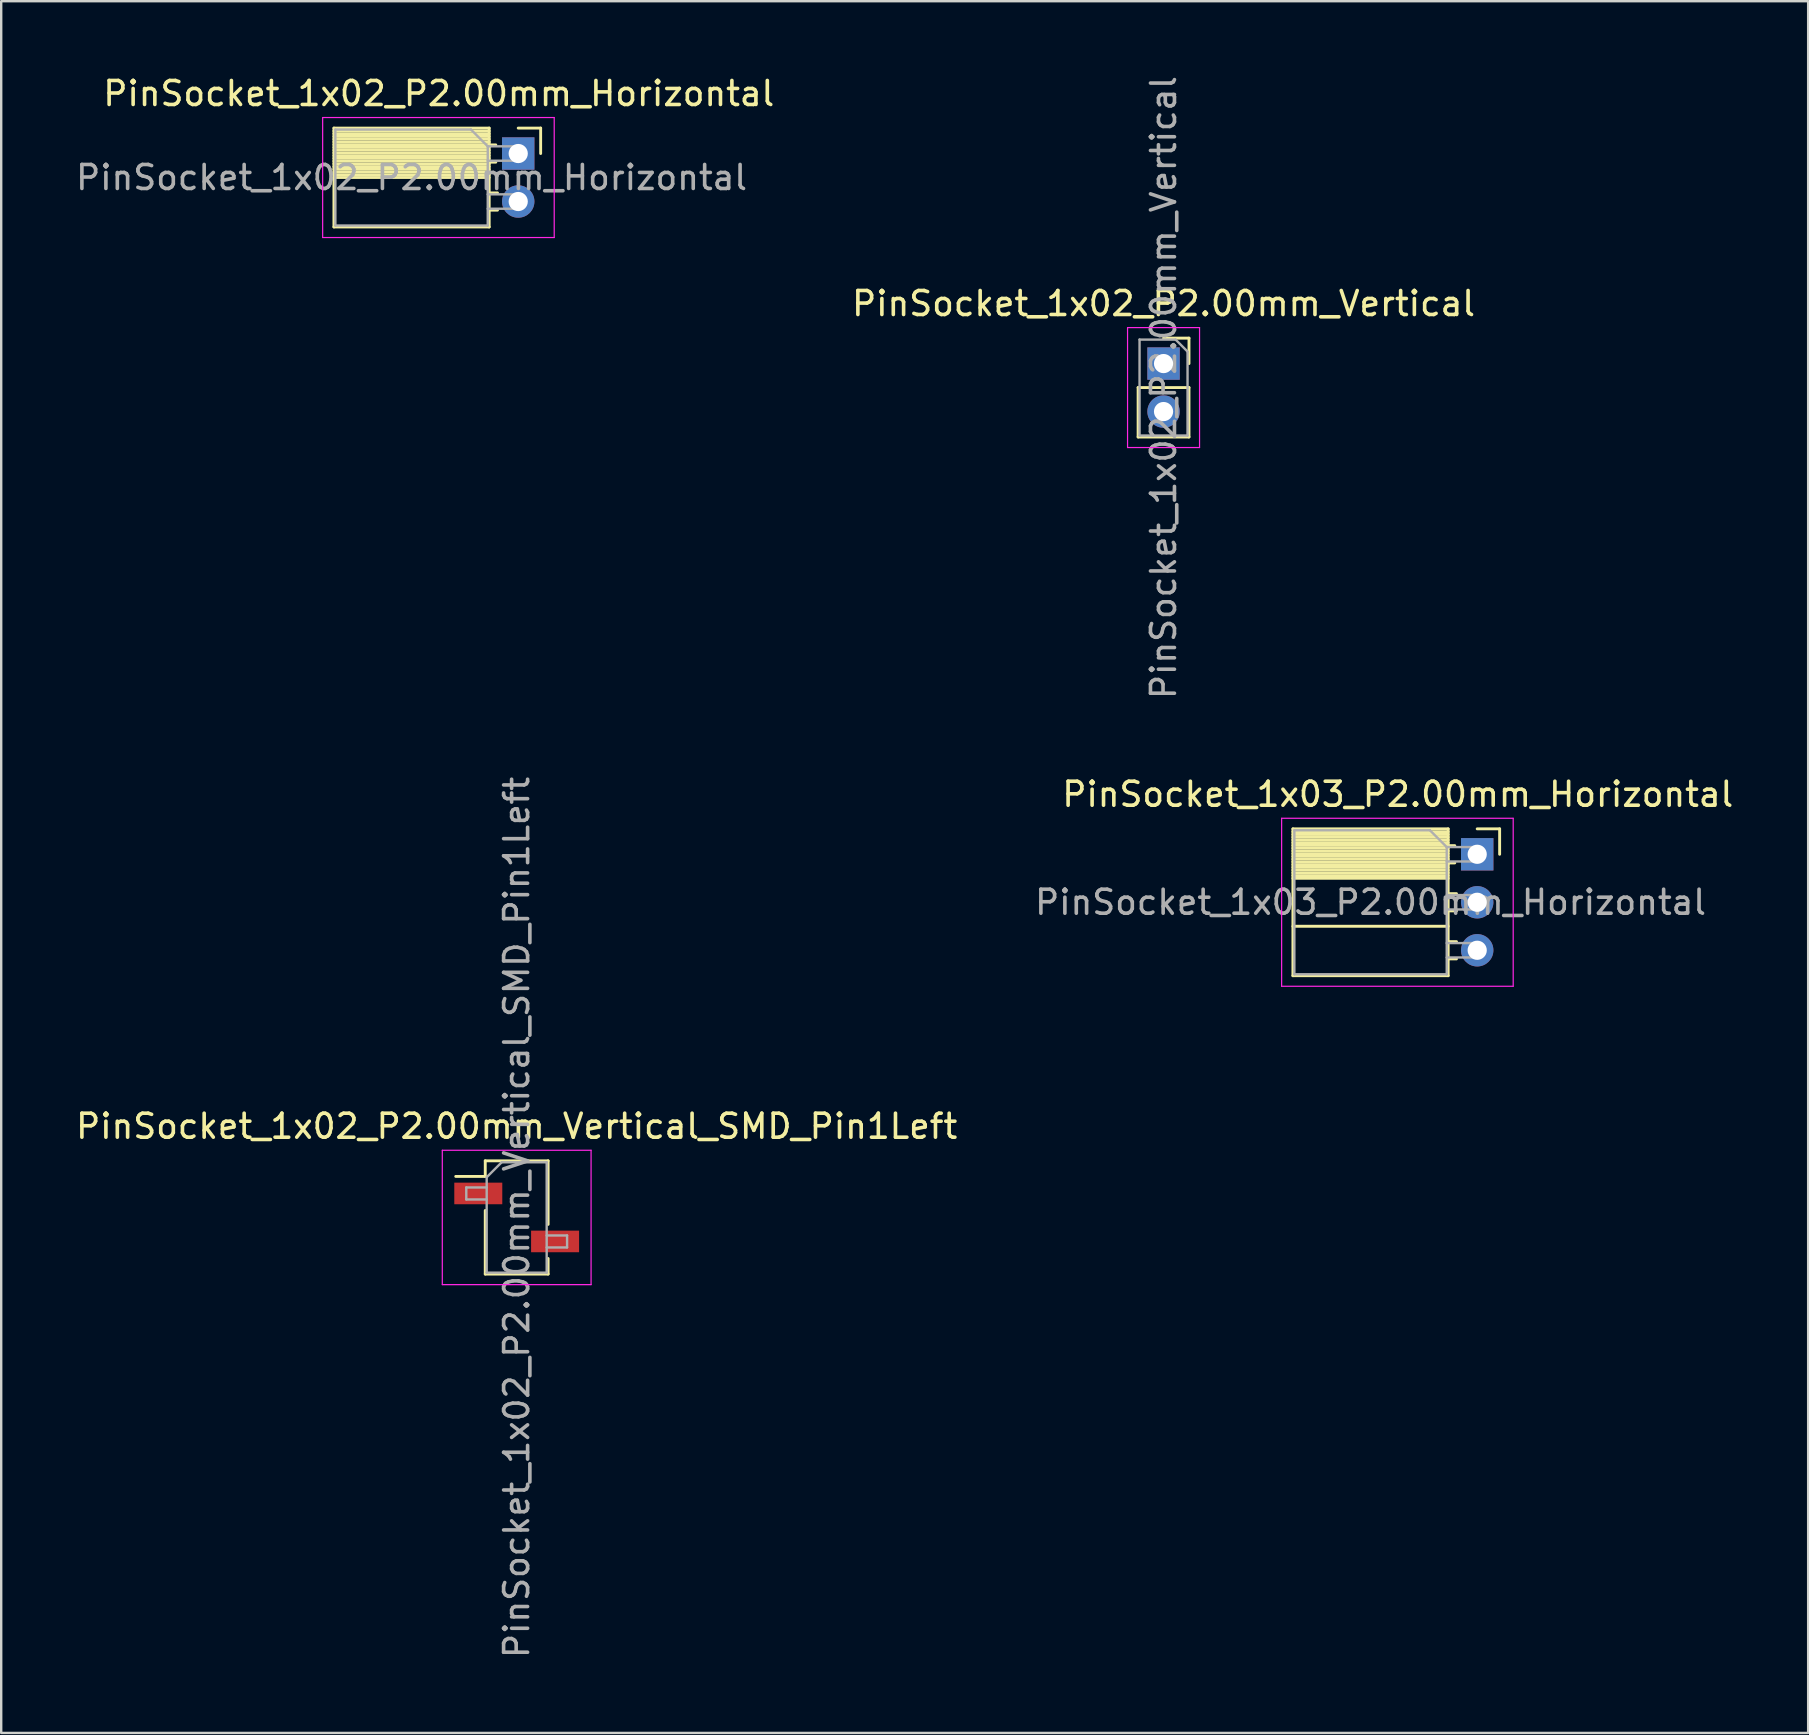
<source format=kicad_pcb>
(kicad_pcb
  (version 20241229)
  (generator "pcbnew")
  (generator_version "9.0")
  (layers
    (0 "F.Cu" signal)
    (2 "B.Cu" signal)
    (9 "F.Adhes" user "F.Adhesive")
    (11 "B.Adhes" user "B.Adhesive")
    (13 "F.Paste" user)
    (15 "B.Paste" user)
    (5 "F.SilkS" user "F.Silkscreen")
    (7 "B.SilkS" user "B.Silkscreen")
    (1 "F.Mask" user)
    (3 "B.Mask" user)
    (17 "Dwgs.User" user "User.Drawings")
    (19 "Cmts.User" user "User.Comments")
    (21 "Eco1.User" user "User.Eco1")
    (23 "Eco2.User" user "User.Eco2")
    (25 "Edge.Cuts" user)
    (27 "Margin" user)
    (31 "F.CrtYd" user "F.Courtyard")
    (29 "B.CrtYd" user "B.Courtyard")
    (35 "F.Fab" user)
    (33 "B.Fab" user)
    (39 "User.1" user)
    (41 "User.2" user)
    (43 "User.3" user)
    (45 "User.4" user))
  (footprint "PinSocket_1x03_P2.00mm_Horizontal"
    (layer "F.Cu")
    (at 58.51 32.551)
    (property "Reference" "PinSocket_1x03_P2.00mm_Horizontal" (at -3.31 -2.5 0) (layer "F.SilkS") (effects (font (size 1 1) (thickness 0.15))))
    (attr through_hole)
    (fp_line (start -7.68 -1.06) (end -7.68 5.06) (stroke (width 0.12) (type solid)) (layer "F.SilkS"))
    (fp_line (start -7.68 -1.06) (end -1.21 -1.06) (stroke (width 0.12) (type solid)) (layer "F.SilkS"))
    (fp_line (start -7.68 -0.94) (end -1.21 -0.94) (stroke (width 0.12) (type solid)) (layer "F.SilkS"))
    (fp_line (start -7.68 -0.826) (end -1.21 -0.826) (stroke (width 0.12) (type solid)) (layer "F.SilkS"))
    (fp_line (start -7.68 -0.712) (end -1.21 -0.712) (stroke (width 0.12) (type solid)) (layer "F.SilkS"))
    (fp_line (start -7.68 -0.598) (end -1.21 -0.598) (stroke (width 0.12) (type solid)) (layer "F.SilkS"))
    (fp_line (start -7.68 -0.484) (end -1.21 -0.484) (stroke (width 0.12) (type solid)) (layer "F.SilkS"))
    (fp_line (start -7.68 -0.369) (end -1.21 -0.369) (stroke (width 0.12) (type solid)) (layer "F.SilkS"))
    (fp_line (start -7.68 -0.255) (end -1.21 -0.255) (stroke (width 0.12) (type solid)) (layer "F.SilkS"))
    (fp_line (start -7.68 -0.141) (end -1.21 -0.141) (stroke (width 0.12) (type solid)) (layer "F.SilkS"))
    (fp_line (start -7.68 -0.027) (end -1.21 -0.027) (stroke (width 0.12) (type solid)) (layer "F.SilkS"))
    (fp_line (start -7.68 0.087) (end -1.21 0.087) (stroke (width 0.12) (type solid)) (layer "F.SilkS"))
    (fp_line (start -7.68 0.201) (end -1.21 0.201) (stroke (width 0.12) (type solid)) (layer "F.SilkS"))
    (fp_line (start -7.68 0.315) (end -1.21 0.315) (stroke (width 0.12) (type solid)) (layer "F.SilkS"))
    (fp_line (start -7.68 0.429) (end -1.21 0.429) (stroke (width 0.12) (type solid)) (layer "F.SilkS"))
    (fp_line (start -7.68 0.544) (end -1.21 0.544) (stroke (width 0.12) (type solid)) (layer "F.SilkS"))
    (fp_line (start -7.68 0.658) (end -1.21 0.658) (stroke (width 0.12) (type solid)) (layer "F.SilkS"))
    (fp_line (start -7.68 0.772) (end -1.21 0.772) (stroke (width 0.12) (type solid)) (layer "F.SilkS"))
    (fp_line (start -7.68 0.886) (end -1.21 0.886) (stroke (width 0.12) (type solid)) (layer "F.SilkS"))
    (fp_line (start -7.68 1) (end -1.21 1) (stroke (width 0.12) (type solid)) (layer "F.SilkS"))
    (fp_line (start -7.68 3) (end -1.21 3) (stroke (width 0.12) (type solid)) (layer "F.SilkS"))
    (fp_line (start -7.68 5.06) (end -1.21 5.06) (stroke (width 0.12) (type solid)) (layer "F.SilkS"))
    (fp_line (start -1.21 -1.06) (end -1.21 5.06) (stroke (width 0.12) (type solid)) (layer "F.SilkS"))
    (fp_line (start -1.21 -0.36) (end -0.935 -0.36) (stroke (width 0.12) (type solid)) (layer "F.SilkS"))
    (fp_line (start -1.21 0.36) (end -0.935 0.36) (stroke (width 0.12) (type solid)) (layer "F.SilkS"))
    (fp_line (start -1.21 1.64) (end -0.863 1.64) (stroke (width 0.12) (type solid)) (layer "F.SilkS"))
    (fp_line (start -1.21 2.36) (end -0.863 2.36) (stroke (width 0.12) (type solid)) (layer "F.SilkS"))
    (fp_line (start -1.21 3.64) (end -0.863 3.64) (stroke (width 0.12) (type solid)) (layer "F.SilkS"))
    (fp_line (start -1.21 4.36) (end -0.863 4.36) (stroke (width 0.12) (type solid)) (layer "F.SilkS"))
    (fp_line (start 0 -1.06) (end 0.935 -1.06) (stroke (width 0.12) (type solid)) (layer "F.SilkS"))
    (fp_line (start 0.935 -1.06) (end 0.935 0) (stroke (width 0.12) (type solid)) (layer "F.SilkS"))
    (fp_line (start -8.15 -1.5) (end -8.15 5.5) (stroke (width 0.05) (type solid)) (layer "F.CrtYd"))
    (fp_line (start -8.15 5.5) (end 1.5 5.5) (stroke (width 0.05) (type solid)) (layer "F.CrtYd"))
    (fp_line (start 1.5 -1.5) (end -8.15 -1.5) (stroke (width 0.05) (type solid)) (layer "F.CrtYd"))
    (fp_line (start 1.5 5.5) (end 1.5 -1.5) (stroke (width 0.05) (type solid)) (layer "F.CrtYd"))
    (fp_line (start -7.62 -1) (end -1.97 -1) (stroke (width 0.1) (type solid)) (layer "F.Fab"))
    (fp_line (start -7.62 5) (end -7.62 -1) (stroke (width 0.1) (type solid)) (layer "F.Fab"))
    (fp_line (start -1.97 -1) (end -1.27 -0.3) (stroke (width 0.1) (type solid)) (layer "F.Fab"))
    (fp_line (start -1.27 -0.3) (end -1.27 5) (stroke (width 0.1) (type solid)) (layer "F.Fab"))
    (fp_line (start -1.27 0.3) (end 0 0.3) (stroke (width 0.1) (type solid)) (layer "F.Fab"))
    (fp_line (start -1.27 2.3) (end 0 2.3) (stroke (width 0.1) (type solid)) (layer "F.Fab"))
    (fp_line (start -1.27 4.3) (end 0 4.3) (stroke (width 0.1) (type solid)) (layer "F.Fab"))
    (fp_line (start -1.27 5) (end -7.62 5) (stroke (width 0.1) (type solid)) (layer "F.Fab"))
    (fp_line (start 0 -0.3) (end -1.27 -0.3) (stroke (width 0.1) (type solid)) (layer "F.Fab"))
    (fp_line (start 0 0.3) (end 0 -0.3) (stroke (width 0.1) (type solid)) (layer "F.Fab"))
    (fp_line (start 0 1.7) (end -1.27 1.7) (stroke (width 0.1) (type solid)) (layer "F.Fab"))
    (fp_line (start 0 2.3) (end 0 1.7) (stroke (width 0.1) (type solid)) (layer "F.Fab"))
    (fp_line (start 0 3.7) (end -1.27 3.7) (stroke (width 0.1) (type solid)) (layer "F.Fab"))
    (fp_line (start 0 4.3) (end 0 3.7) (stroke (width 0.1) (type solid)) (layer "F.Fab"))
    (fp_text user "${REFERENCE}" (at -4.445 2 0) (layer "F.Fab") (effects (font (size 1 1) (thickness 0.15))))
    (pad "1" thru_hole rect (at 0 0) (size 1.35 1.35) (drill 0.8) (layers "*.Cu" "*.Mask"))
    (pad "2" thru_hole circle (at 0 2) (size 1.35 1.35) (drill 0.8) (layers "*.Cu" "*.Mask"))
    (pad "3" thru_hole circle (at 0 4) (size 1.35 1.35) (drill 0.8) (layers "*.Cu" "*.Mask")))
  (footprint "PinSocket_1x02_P2.00mm_Vertical_SMD_Pin1Left"
    (layer "F.Cu")
    (at 18.482 47.685)
    (property "Reference" "PinSocket_1x02_P2.00mm_Vertical_SMD_Pin1Left" (at 0 -3.8 0) (layer "F.SilkS") (effects (font (size 1 1) (thickness 0.15))))
    (attr smd)
    (fp_line (start -2.54 -1.71) (end -1.31 -1.71) (stroke (width 0.12) (type solid)) (layer "F.SilkS"))
    (fp_line (start -1.31 -2.36) (end -1.31 -1.71) (stroke (width 0.12) (type solid)) (layer "F.SilkS"))
    (fp_line (start -1.31 -2.36) (end 1.31 -2.36) (stroke (width 0.12) (type solid)) (layer "F.SilkS"))
    (fp_line (start -1.31 -0.29) (end -1.31 2.36) (stroke (width 0.12) (type solid)) (layer "F.SilkS"))
    (fp_line (start -1.31 2.36) (end 1.31 2.36) (stroke (width 0.12) (type solid)) (layer "F.SilkS"))
    (fp_line (start 1.31 -2.36) (end 1.31 0.29) (stroke (width 0.12) (type solid)) (layer "F.SilkS"))
    (fp_line (start 1.31 1.71) (end 1.31 2.36) (stroke (width 0.12) (type solid)) (layer "F.SilkS"))
    (fp_line (start -3.1 -2.8) (end 3.1 -2.8) (stroke (width 0.05) (type solid)) (layer "F.CrtYd"))
    (fp_line (start -3.1 2.8) (end -3.1 -2.8) (stroke (width 0.05) (type solid)) (layer "F.CrtYd"))
    (fp_line (start 3.1 -2.8) (end 3.1 2.8) (stroke (width 0.05) (type solid)) (layer "F.CrtYd"))
    (fp_line (start 3.1 2.8) (end -3.1 2.8) (stroke (width 0.05) (type solid)) (layer "F.CrtYd"))
    (fp_line (start -2.1 -1.25) (end -1.25 -1.25) (stroke (width 0.1) (type solid)) (layer "F.Fab"))
    (fp_line (start -2.1 -0.75) (end -2.1 -1.25) (stroke (width 0.1) (type solid)) (layer "F.Fab"))
    (fp_line (start -1.25 -1.675) (end -0.625 -2.3) (stroke (width 0.1) (type solid)) (layer "F.Fab"))
    (fp_line (start -1.25 -0.75) (end -2.1 -0.75) (stroke (width 0.1) (type solid)) (layer "F.Fab"))
    (fp_line (start -1.25 2.3) (end -1.25 -1.675) (stroke (width 0.1) (type solid)) (layer "F.Fab"))
    (fp_line (start -0.625 -2.3) (end 1.25 -2.3) (stroke (width 0.1) (type solid)) (layer "F.Fab"))
    (fp_line (start 1.25 -2.3) (end 1.25 2.3) (stroke (width 0.1) (type solid)) (layer "F.Fab"))
    (fp_line (start 1.25 0.75) (end 2.1 0.75) (stroke (width 0.1) (type solid)) (layer "F.Fab"))
    (fp_line (start 1.25 2.3) (end -1.25 2.3) (stroke (width 0.1) (type solid)) (layer "F.Fab"))
    (fp_line (start 2.1 0.75) (end 2.1 1.25) (stroke (width 0.1) (type solid)) (layer "F.Fab"))
    (fp_line (start 2.1 1.25) (end 1.25 1.25) (stroke (width 0.1) (type solid)) (layer "F.Fab"))
    (fp_text user "${REFERENCE}" (at 0 0 90) (layer "F.Fab") (effects (font (size 1 1) (thickness 0.15))))
    (pad "1" smd rect (at -1.6 -1) (size 2 0.9) (layers "F.Cu" "F.Mask" "F.Paste"))
    (pad "2" smd rect (at 1.6 1) (size 2 0.9) (layers "F.Cu" "F.Mask" "F.Paste")))
  (footprint "PinSocket_1x02_P2.00mm_Horizontal"
    (layer "F.Cu")
    (at 18.546 3.348)
    (property "Reference" "PinSocket_1x02_P2.00mm_Horizontal" (at -3.31 -2.5 0) (layer "F.SilkS") (effects (font (size 1 1) (thickness 0.15))))
    (attr through_hole)
    (fp_line (start -7.68 -1.06) (end -7.68 3.06) (stroke (width 0.12) (type solid)) (layer "F.SilkS"))
    (fp_line (start -7.68 -1.06) (end -1.21 -1.06) (stroke (width 0.12) (type solid)) (layer "F.SilkS"))
    (fp_line (start -7.68 -0.94) (end -1.21 -0.94) (stroke (width 0.12) (type solid)) (layer "F.SilkS"))
    (fp_line (start -7.68 -0.826) (end -1.21 -0.826) (stroke (width 0.12) (type solid)) (layer "F.SilkS"))
    (fp_line (start -7.68 -0.712) (end -1.21 -0.712) (stroke (width 0.12) (type solid)) (layer "F.SilkS"))
    (fp_line (start -7.68 -0.598) (end -1.21 -0.598) (stroke (width 0.12) (type solid)) (layer "F.SilkS"))
    (fp_line (start -7.68 -0.484) (end -1.21 -0.484) (stroke (width 0.12) (type solid)) (layer "F.SilkS"))
    (fp_line (start -7.68 -0.369) (end -1.21 -0.369) (stroke (width 0.12) (type solid)) (layer "F.SilkS"))
    (fp_line (start -7.68 -0.255) (end -1.21 -0.255) (stroke (width 0.12) (type solid)) (layer "F.SilkS"))
    (fp_line (start -7.68 -0.141) (end -1.21 -0.141) (stroke (width 0.12) (type solid)) (layer "F.SilkS"))
    (fp_line (start -7.68 -0.027) (end -1.21 -0.027) (stroke (width 0.12) (type solid)) (layer "F.SilkS"))
    (fp_line (start -7.68 0.087) (end -1.21 0.087) (stroke (width 0.12) (type solid)) (layer "F.SilkS"))
    (fp_line (start -7.68 0.201) (end -1.21 0.201) (stroke (width 0.12) (type solid)) (layer "F.SilkS"))
    (fp_line (start -7.68 0.315) (end -1.21 0.315) (stroke (width 0.12) (type solid)) (layer "F.SilkS"))
    (fp_line (start -7.68 0.429) (end -1.21 0.429) (stroke (width 0.12) (type solid)) (layer "F.SilkS"))
    (fp_line (start -7.68 0.544) (end -1.21 0.544) (stroke (width 0.12) (type solid)) (layer "F.SilkS"))
    (fp_line (start -7.68 0.658) (end -1.21 0.658) (stroke (width 0.12) (type solid)) (layer "F.SilkS"))
    (fp_line (start -7.68 0.772) (end -1.21 0.772) (stroke (width 0.12) (type solid)) (layer "F.SilkS"))
    (fp_line (start -7.68 0.886) (end -1.21 0.886) (stroke (width 0.12) (type solid)) (layer "F.SilkS"))
    (fp_line (start -7.68 1) (end -1.21 1) (stroke (width 0.12) (type solid)) (layer "F.SilkS"))
    (fp_line (start -7.68 3.06) (end -1.21 3.06) (stroke (width 0.12) (type solid)) (layer "F.SilkS"))
    (fp_line (start -1.21 -1.06) (end -1.21 3.06) (stroke (width 0.12) (type solid)) (layer "F.SilkS"))
    (fp_line (start -1.21 -0.36) (end -0.935 -0.36) (stroke (width 0.12) (type solid)) (layer "F.SilkS"))
    (fp_line (start -1.21 0.36) (end -0.935 0.36) (stroke (width 0.12) (type solid)) (layer "F.SilkS"))
    (fp_line (start -1.21 1.64) (end -0.863 1.64) (stroke (width 0.12) (type solid)) (layer "F.SilkS"))
    (fp_line (start -1.21 2.36) (end -0.863 2.36) (stroke (width 0.12) (type solid)) (layer "F.SilkS"))
    (fp_line (start 0 -1.06) (end 0.935 -1.06) (stroke (width 0.12) (type solid)) (layer "F.SilkS"))
    (fp_line (start 0.935 -1.06) (end 0.935 0) (stroke (width 0.12) (type solid)) (layer "F.SilkS"))
    (fp_line (start -8.15 -1.5) (end -8.15 3.5) (stroke (width 0.05) (type solid)) (layer "F.CrtYd"))
    (fp_line (start -8.15 3.5) (end 1.5 3.5) (stroke (width 0.05) (type solid)) (layer "F.CrtYd"))
    (fp_line (start 1.5 -1.5) (end -8.15 -1.5) (stroke (width 0.05) (type solid)) (layer "F.CrtYd"))
    (fp_line (start 1.5 3.5) (end 1.5 -1.5) (stroke (width 0.05) (type solid)) (layer "F.CrtYd"))
    (fp_line (start -7.62 -1) (end -1.97 -1) (stroke (width 0.1) (type solid)) (layer "F.Fab"))
    (fp_line (start -7.62 3) (end -7.62 -1) (stroke (width 0.1) (type solid)) (layer "F.Fab"))
    (fp_line (start -1.97 -1) (end -1.27 -0.3) (stroke (width 0.1) (type solid)) (layer "F.Fab"))
    (fp_line (start -1.27 -0.3) (end -1.27 3) (stroke (width 0.1) (type solid)) (layer "F.Fab"))
    (fp_line (start -1.27 0.3) (end 0 0.3) (stroke (width 0.1) (type solid)) (layer "F.Fab"))
    (fp_line (start -1.27 2.3) (end 0 2.3) (stroke (width 0.1) (type solid)) (layer "F.Fab"))
    (fp_line (start -1.27 3) (end -7.62 3) (stroke (width 0.1) (type solid)) (layer "F.Fab"))
    (fp_line (start 0 -0.3) (end -1.27 -0.3) (stroke (width 0.1) (type solid)) (layer "F.Fab"))
    (fp_line (start 0 0.3) (end 0 -0.3) (stroke (width 0.1) (type solid)) (layer "F.Fab"))
    (fp_line (start 0 1.7) (end -1.27 1.7) (stroke (width 0.1) (type solid)) (layer "F.Fab"))
    (fp_line (start 0 2.3) (end 0 1.7) (stroke (width 0.1) (type solid)) (layer "F.Fab"))
    (fp_text user "${REFERENCE}" (at -4.445 1 0) (layer "F.Fab") (effects (font (size 1 1) (thickness 0.15))))
    (pad "1" thru_hole rect (at 0 0) (size 1.35 1.35) (drill 0.8) (layers "*.Cu" "*.Mask"))
    (pad "2" thru_hole circle (at 0 2) (size 1.35 1.35) (drill 0.8) (layers "*.Cu" "*.Mask")))
  (footprint "PinSocket_1x02_P2.00mm_Vertical"
    (layer "F.Cu")
    (at 45.439 12.101)
    (property "Reference" "PinSocket_1x02_P2.00mm_Vertical" (at 0 -2.5 0) (layer "F.SilkS") (effects (font (size 1 1) (thickness 0.15))))
    (attr through_hole)
    (fp_line (start -1.06 1) (end -1.06 3.06) (stroke (width 0.12) (type solid)) (layer "F.SilkS"))
    (fp_line (start -1.06 1) (end 1.06 1) (stroke (width 0.12) (type solid)) (layer "F.SilkS"))
    (fp_line (start -1.06 3.06) (end 1.06 3.06) (stroke (width 0.12) (type solid)) (layer "F.SilkS"))
    (fp_line (start 0 -1.06) (end 1.06 -1.06) (stroke (width 0.12) (type solid)) (layer "F.SilkS"))
    (fp_line (start 1.06 -1.06) (end 1.06 0) (stroke (width 0.12) (type solid)) (layer "F.SilkS"))
    (fp_line (start 1.06 1) (end 1.06 3.06) (stroke (width 0.12) (type solid)) (layer "F.SilkS"))
    (fp_line (start -1.5 -1.5) (end 1.5 -1.5) (stroke (width 0.05) (type solid)) (layer "F.CrtYd"))
    (fp_line (start -1.5 3.5) (end -1.5 -1.5) (stroke (width 0.05) (type solid)) (layer "F.CrtYd"))
    (fp_line (start 1.5 -1.5) (end 1.5 3.5) (stroke (width 0.05) (type solid)) (layer "F.CrtYd"))
    (fp_line (start 1.5 3.5) (end -1.5 3.5) (stroke (width 0.05) (type solid)) (layer "F.CrtYd"))
    (fp_line (start -1 -1) (end 0.5 -1) (stroke (width 0.1) (type solid)) (layer "F.Fab"))
    (fp_line (start -1 3) (end -1 -1) (stroke (width 0.1) (type solid)) (layer "F.Fab"))
    (fp_line (start 0.5 -1) (end 1 -0.5) (stroke (width 0.1) (type solid)) (layer "F.Fab"))
    (fp_line (start 1 -0.5) (end 1 3) (stroke (width 0.1) (type solid)) (layer "F.Fab"))
    (fp_line (start 1 3) (end -1 3) (stroke (width 0.1) (type solid)) (layer "F.Fab"))
    (fp_text user "${REFERENCE}" (at 0 1 90) (layer "F.Fab") (effects (font (size 1 1) (thickness 0.15))))
    (pad "1" thru_hole rect (at 0 0) (size 1.35 1.35) (drill 0.8) (layers "*.Cu" "*.Mask"))
    (pad "2" thru_hole circle (at 0 2) (size 1.35 1.35) (drill 0.8) (layers "*.Cu" "*.Mask")))
  (gr_rect
    (start -3 -3)
    (end 72.302 69.167)
    (stroke (width 0.1) (type default))
    (fill no)
    (layer "Edge.Cuts")))
</source>
